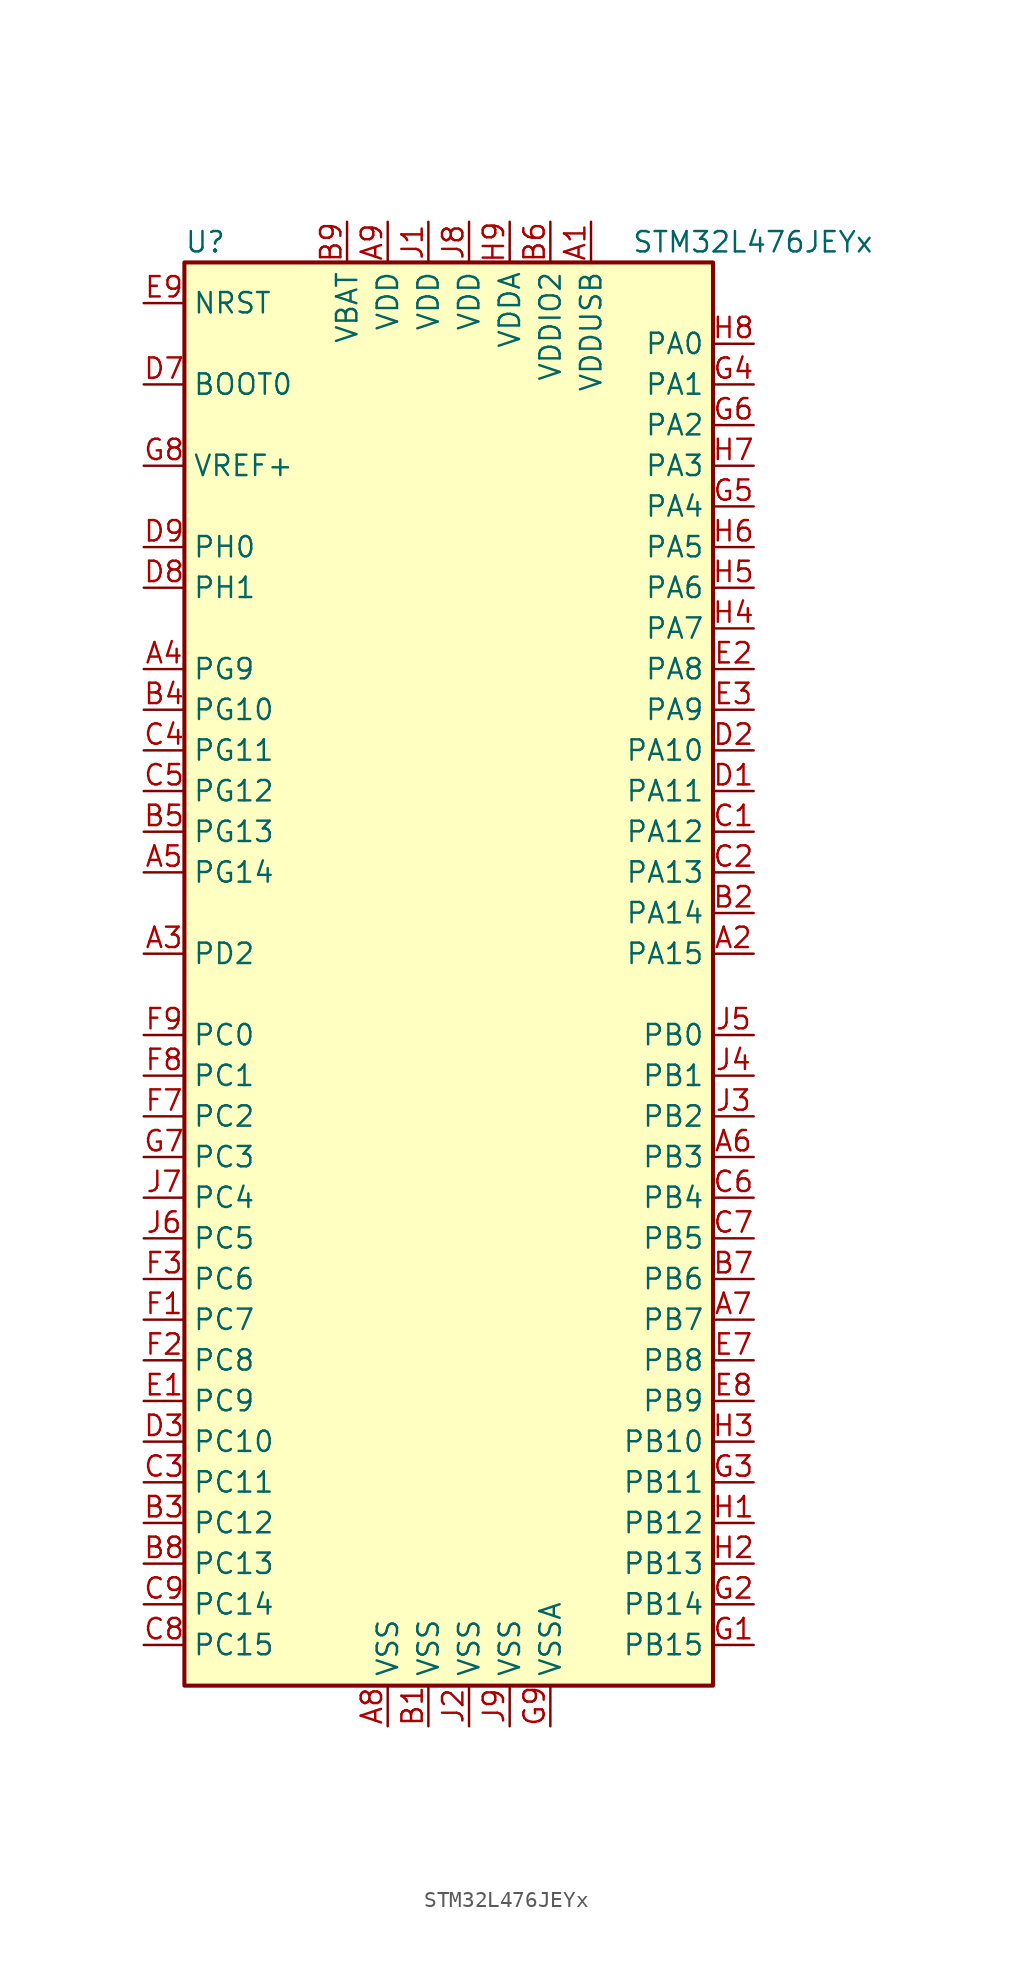
<source format=kicad_sym>
(kicad_symbol_lib
  (version 20220914)
  (generator kicad_symbol_editor)
  (symbol "STM32L476JEYx"
    (property "Reference" "U"
      (at -17.78 44.45 0)
      (effects (font (size 1.27 1.27)) (justify left)))
    (property "Value" "STM32L476JEYx"
      (at 10.16 44.45 0)
      (effects (font (size 1.27 1.27)) (justify left)))
    (symbol "STM32L476JEYx_0_1"
      (rectangle (start -17.78 -45.72) (end 15.24 43.18) (stroke (width 0.254) (type default)) (fill (type background))))
    (symbol "STM32L476JEYx_1_1"
      (pin power_in line (at 7.62 45.72 270) (length 2.54) (name "VDDUSB" (effects (font (size 1.27 1.27)))) (number "A1" (effects (font (size 1.27 1.27)))))
      (pin bidirectional line (at 17.78 0 180) (length 2.54) (name "PA15" (effects (font (size 1.27 1.27)))) (number "A2" (effects (font (size 1.27 1.27)))))
      (pin bidirectional line (at -20.32 0 0) (length 2.54) (name "PD2" (effects (font (size 1.27 1.27)))) (number "A3" (effects (font (size 1.27 1.27)))))
      (pin bidirectional line (at -20.32 17.78 0) (length 2.54) (name "PG9" (effects (font (size 1.27 1.27)))) (number "A4" (effects (font (size 1.27 1.27)))))
      (pin bidirectional line (at -20.32 5.08 0) (length 2.54) (name "PG14" (effects (font (size 1.27 1.27)))) (number "A5" (effects (font (size 1.27 1.27)))))
      (pin bidirectional line (at 17.78 -12.7 180) (length 2.54) (name "PB3" (effects (font (size 1.27 1.27)))) (number "A6" (effects (font (size 1.27 1.27)))))
      (pin bidirectional line (at 17.78 -22.86 180) (length 2.54) (name "PB7" (effects (font (size 1.27 1.27)))) (number "A7" (effects (font (size 1.27 1.27)))))
      (pin power_in line (at -5.08 -48.26 90) (length 2.54) (name "VSS" (effects (font (size 1.27 1.27)))) (number "A8" (effects (font (size 1.27 1.27)))))
      (pin power_in line (at -5.08 45.72 270) (length 2.54) (name "VDD" (effects (font (size 1.27 1.27)))) (number "A9" (effects (font (size 1.27 1.27)))))
      (pin power_in line (at -2.54 -48.26 90) (length 2.54) (name "VSS" (effects (font (size 1.27 1.27)))) (number "B1" (effects (font (size 1.27 1.27)))))
      (pin bidirectional line (at 17.78 2.54 180) (length 2.54) (name "PA14" (effects (font (size 1.27 1.27)))) (number "B2" (effects (font (size 1.27 1.27)))))
      (pin bidirectional line (at -20.32 -35.56 0) (length 2.54) (name "PC12" (effects (font (size 1.27 1.27)))) (number "B3" (effects (font (size 1.27 1.27)))))
      (pin bidirectional line (at -20.32 15.24 0) (length 2.54) (name "PG10" (effects (font (size 1.27 1.27)))) (number "B4" (effects (font (size 1.27 1.27)))))
      (pin bidirectional line (at -20.32 7.62 0) (length 2.54) (name "PG13" (effects (font (size 1.27 1.27)))) (number "B5" (effects (font (size 1.27 1.27)))))
      (pin power_in line (at 5.08 45.72 270) (length 2.54) (name "VDDIO2" (effects (font (size 1.27 1.27)))) (number "B6" (effects (font (size 1.27 1.27)))))
      (pin bidirectional line (at 17.78 -20.32 180) (length 2.54) (name "PB6" (effects (font (size 1.27 1.27)))) (number "B7" (effects (font (size 1.27 1.27)))))
      (pin bidirectional line (at -20.32 -38.1 0) (length 2.54) (name "PC13" (effects (font (size 1.27 1.27)))) (number "B8" (effects (font (size 1.27 1.27)))))
      (pin power_in line (at -7.62 45.72 270) (length 2.54) (name "VBAT" (effects (font (size 1.27 1.27)))) (number "B9" (effects (font (size 1.27 1.27)))))
      (pin bidirectional line (at 17.78 7.62 180) (length 2.54) (name "PA12" (effects (font (size 1.27 1.27)))) (number "C1" (effects (font (size 1.27 1.27)))))
      (pin bidirectional line (at 17.78 5.08 180) (length 2.54) (name "PA13" (effects (font (size 1.27 1.27)))) (number "C2" (effects (font (size 1.27 1.27)))))
      (pin bidirectional line (at -20.32 -33.02 0) (length 2.54) (name "PC11" (effects (font (size 1.27 1.27)))) (number "C3" (effects (font (size 1.27 1.27)))))
      (pin bidirectional line (at -20.32 12.7 0) (length 2.54) (name "PG11" (effects (font (size 1.27 1.27)))) (number "C4" (effects (font (size 1.27 1.27)))))
      (pin bidirectional line (at -20.32 10.16 0) (length 2.54) (name "PG12" (effects (font (size 1.27 1.27)))) (number "C5" (effects (font (size 1.27 1.27)))))
      (pin bidirectional line (at 17.78 -15.24 180) (length 2.54) (name "PB4" (effects (font (size 1.27 1.27)))) (number "C6" (effects (font (size 1.27 1.27)))))
      (pin bidirectional line (at 17.78 -17.78 180) (length 2.54) (name "PB5" (effects (font (size 1.27 1.27)))) (number "C7" (effects (font (size 1.27 1.27)))))
      (pin bidirectional line (at -20.32 -43.18 0) (length 2.54) (name "PC15" (effects (font (size 1.27 1.27)))) (number "C8" (effects (font (size 1.27 1.27)))))
      (pin bidirectional line (at -20.32 -40.64 0) (length 2.54) (name "PC14" (effects (font (size 1.27 1.27)))) (number "C9" (effects (font (size 1.27 1.27)))))
      (pin bidirectional line (at 17.78 10.16 180) (length 2.54) (name "PA11" (effects (font (size 1.27 1.27)))) (number "D1" (effects (font (size 1.27 1.27)))))
      (pin bidirectional line (at 17.78 12.7 180) (length 2.54) (name "PA10" (effects (font (size 1.27 1.27)))) (number "D2" (effects (font (size 1.27 1.27)))))
      (pin bidirectional line (at -20.32 -30.48 0) (length 2.54) (name "PC10" (effects (font (size 1.27 1.27)))) (number "D3" (effects (font (size 1.27 1.27)))))
      (pin input line (at -20.32 35.56 0) (length 2.54) (name "BOOT0" (effects (font (size 1.27 1.27)))) (number "D7" (effects (font (size 1.27 1.27)))))
      (pin input line (at -20.32 22.86 0) (length 2.54) (name "PH1" (effects (font (size 1.27 1.27)))) (number "D8" (effects (font (size 1.27 1.27)))))
      (pin input line (at -20.32 25.4 0) (length 2.54) (name "PH0" (effects (font (size 1.27 1.27)))) (number "D9" (effects (font (size 1.27 1.27)))))
      (pin bidirectional line (at -20.32 -27.94 0) (length 2.54) (name "PC9" (effects (font (size 1.27 1.27)))) (number "E1" (effects (font (size 1.27 1.27)))))
      (pin bidirectional line (at 17.78 17.78 180) (length 2.54) (name "PA8" (effects (font (size 1.27 1.27)))) (number "E2" (effects (font (size 1.27 1.27)))))
      (pin bidirectional line (at 17.78 15.24 180) (length 2.54) (name "PA9" (effects (font (size 1.27 1.27)))) (number "E3" (effects (font (size 1.27 1.27)))))
      (pin bidirectional line (at 17.78 -25.4 180) (length 2.54) (name "PB8" (effects (font (size 1.27 1.27)))) (number "E7" (effects (font (size 1.27 1.27)))))
      (pin bidirectional line (at 17.78 -27.94 180) (length 2.54) (name "PB9" (effects (font (size 1.27 1.27)))) (number "E8" (effects (font (size 1.27 1.27)))))
      (pin input line (at -20.32 40.64 0) (length 2.54) (name "NRST" (effects (font (size 1.27 1.27)))) (number "E9" (effects (font (size 1.27 1.27)))))
      (pin bidirectional line (at -20.32 -22.86 0) (length 2.54) (name "PC7" (effects (font (size 1.27 1.27)))) (number "F1" (effects (font (size 1.27 1.27)))))
      (pin bidirectional line (at -20.32 -25.4 0) (length 2.54) (name "PC8" (effects (font (size 1.27 1.27)))) (number "F2" (effects (font (size 1.27 1.27)))))
      (pin bidirectional line (at -20.32 -20.32 0) (length 2.54) (name "PC6" (effects (font (size 1.27 1.27)))) (number "F3" (effects (font (size 1.27 1.27)))))
      (pin bidirectional line (at -20.32 -10.16 0) (length 2.54) (name "PC2" (effects (font (size 1.27 1.27)))) (number "F7" (effects (font (size 1.27 1.27)))))
      (pin bidirectional line (at -20.32 -7.62 0) (length 2.54) (name "PC1" (effects (font (size 1.27 1.27)))) (number "F8" (effects (font (size 1.27 1.27)))))
      (pin bidirectional line (at -20.32 -5.08 0) (length 2.54) (name "PC0" (effects (font (size 1.27 1.27)))) (number "F9" (effects (font (size 1.27 1.27)))))
      (pin bidirectional line (at 17.78 -43.18 180) (length 2.54) (name "PB15" (effects (font (size 1.27 1.27)))) (number "G1" (effects (font (size 1.27 1.27)))))
      (pin bidirectional line (at 17.78 -40.64 180) (length 2.54) (name "PB14" (effects (font (size 1.27 1.27)))) (number "G2" (effects (font (size 1.27 1.27)))))
      (pin bidirectional line (at 17.78 -33.02 180) (length 2.54) (name "PB11" (effects (font (size 1.27 1.27)))) (number "G3" (effects (font (size 1.27 1.27)))))
      (pin bidirectional line (at 17.78 35.56 180) (length 2.54) (name "PA1" (effects (font (size 1.27 1.27)))) (number "G4" (effects (font (size 1.27 1.27)))))
      (pin bidirectional line (at 17.78 27.94 180) (length 2.54) (name "PA4" (effects (font (size 1.27 1.27)))) (number "G5" (effects (font (size 1.27 1.27)))))
      (pin bidirectional line (at 17.78 33.02 180) (length 2.54) (name "PA2" (effects (font (size 1.27 1.27)))) (number "G6" (effects (font (size 1.27 1.27)))))
      (pin bidirectional line (at -20.32 -12.7 0) (length 2.54) (name "PC3" (effects (font (size 1.27 1.27)))) (number "G7" (effects (font (size 1.27 1.27)))))
      (pin bidirectional line (at -20.32 30.48 0) (length 2.54) (name "VREF+" (effects (font (size 1.27 1.27)))) (number "G8" (effects (font (size 1.27 1.27)))))
      (pin power_in line (at 5.08 -48.26 90) (length 2.54) (name "VSSA" (effects (font (size 1.27 1.27)))) (number "G9" (effects (font (size 1.27 1.27)))))
      (pin bidirectional line (at 17.78 -35.56 180) (length 2.54) (name "PB12" (effects (font (size 1.27 1.27)))) (number "H1" (effects (font (size 1.27 1.27)))))
      (pin bidirectional line (at 17.78 -38.1 180) (length 2.54) (name "PB13" (effects (font (size 1.27 1.27)))) (number "H2" (effects (font (size 1.27 1.27)))))
      (pin bidirectional line (at 17.78 -30.48 180) (length 2.54) (name "PB10" (effects (font (size 1.27 1.27)))) (number "H3" (effects (font (size 1.27 1.27)))))
      (pin bidirectional line (at 17.78 20.32 180) (length 2.54) (name "PA7" (effects (font (size 1.27 1.27)))) (number "H4" (effects (font (size 1.27 1.27)))))
      (pin bidirectional line (at 17.78 22.86 180) (length 2.54) (name "PA6" (effects (font (size 1.27 1.27)))) (number "H5" (effects (font (size 1.27 1.27)))))
      (pin bidirectional line (at 17.78 25.4 180) (length 2.54) (name "PA5" (effects (font (size 1.27 1.27)))) (number "H6" (effects (font (size 1.27 1.27)))))
      (pin bidirectional line (at 17.78 30.48 180) (length 2.54) (name "PA3" (effects (font (size 1.27 1.27)))) (number "H7" (effects (font (size 1.27 1.27)))))
      (pin bidirectional line (at 17.78 38.1 180) (length 2.54) (name "PA0" (effects (font (size 1.27 1.27)))) (number "H8" (effects (font (size 1.27 1.27)))))
      (pin power_in line (at 2.54 45.72 270) (length 2.54) (name "VDDA" (effects (font (size 1.27 1.27)))) (number "H9" (effects (font (size 1.27 1.27)))))
      (pin power_in line (at -2.54 45.72 270) (length 2.54) (name "VDD" (effects (font (size 1.27 1.27)))) (number "J1" (effects (font (size 1.27 1.27)))))
      (pin power_in line (at 0 -48.26 90) (length 2.54) (name "VSS" (effects (font (size 1.27 1.27)))) (number "J2" (effects (font (size 1.27 1.27)))))
      (pin bidirectional line (at 17.78 -10.16 180) (length 2.54) (name "PB2" (effects (font (size 1.27 1.27)))) (number "J3" (effects (font (size 1.27 1.27)))))
      (pin bidirectional line (at 17.78 -7.62 180) (length 2.54) (name "PB1" (effects (font (size 1.27 1.27)))) (number "J4" (effects (font (size 1.27 1.27)))))
      (pin bidirectional line (at 17.78 -5.08 180) (length 2.54) (name "PB0" (effects (font (size 1.27 1.27)))) (number "J5" (effects (font (size 1.27 1.27)))))
      (pin bidirectional line (at -20.32 -17.78 0) (length 2.54) (name "PC5" (effects (font (size 1.27 1.27)))) (number "J6" (effects (font (size 1.27 1.27)))))
      (pin bidirectional line (at -20.32 -15.24 0) (length 2.54) (name "PC4" (effects (font (size 1.27 1.27)))) (number "J7" (effects (font (size 1.27 1.27)))))
      (pin power_in line (at 0 45.72 270) (length 2.54) (name "VDD" (effects (font (size 1.27 1.27)))) (number "J8" (effects (font (size 1.27 1.27)))))
      (pin power_in line (at 2.54 -48.26 90) (length 2.54) (name "VSS" (effects (font (size 1.27 1.27)))) (number "J9" (effects (font (size 1.27 1.27))))))))
</source>
